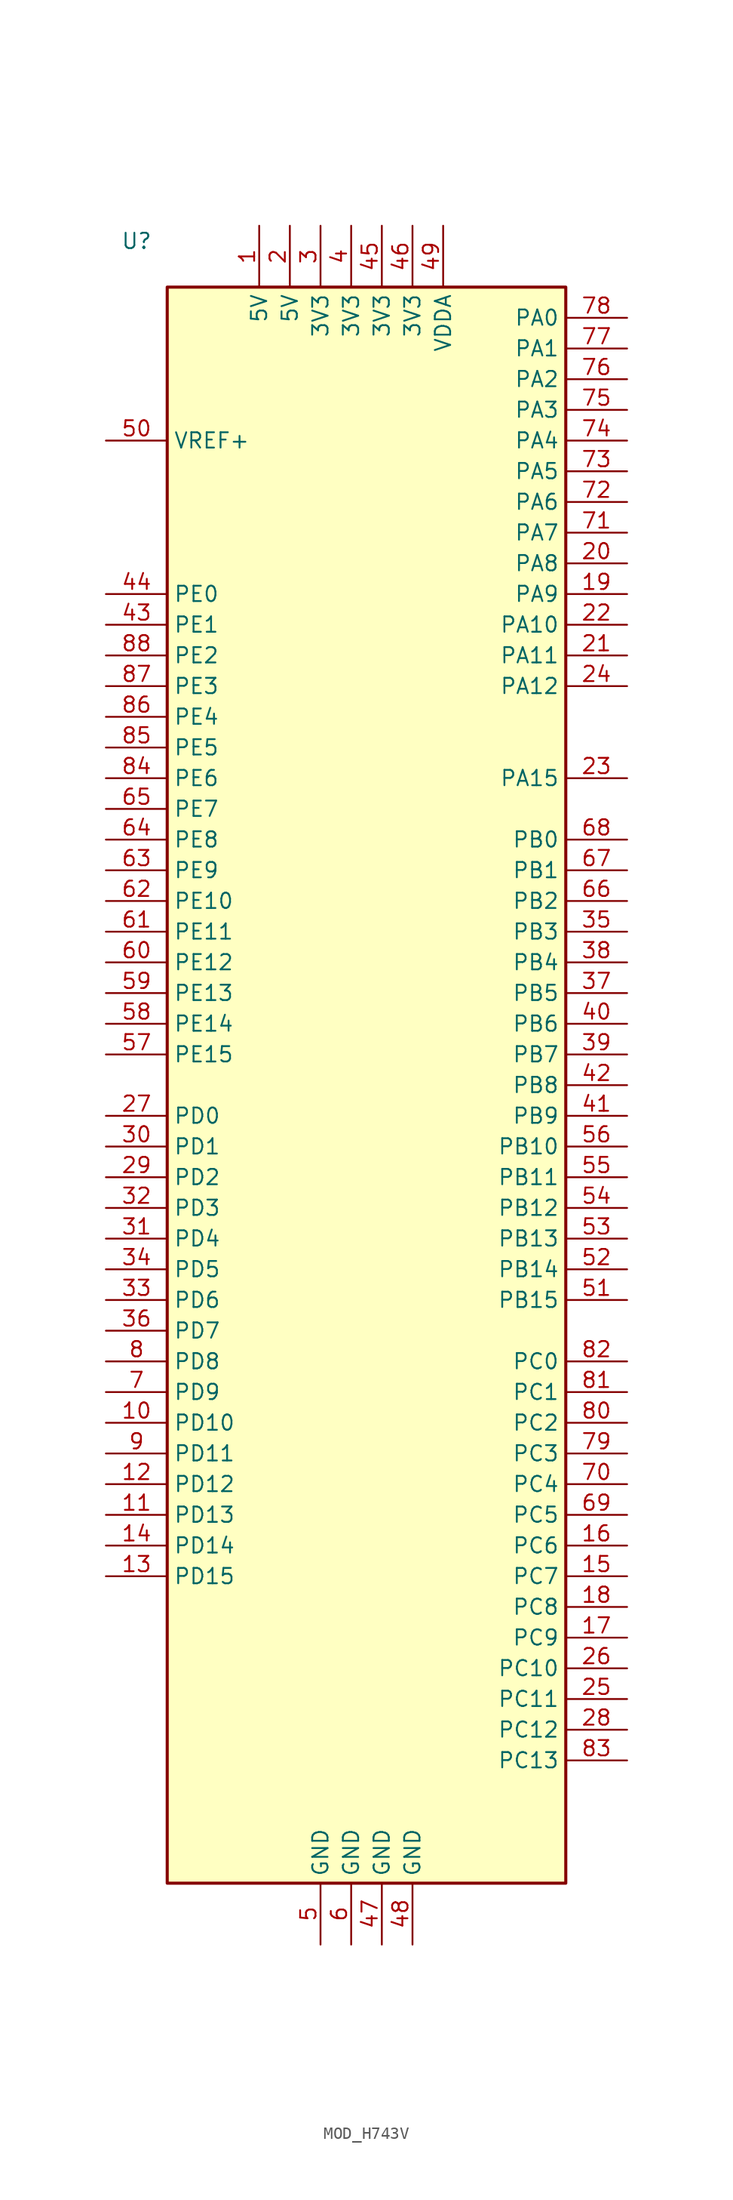
<source format=kicad_sym>
(kicad_symbol_lib
  (version 20220914)
  (generator kicad_symbol_editor)
  (symbol "MOD_H743V"
    (property "Reference" "U"
      (at -5.08 0 0)
      (effects (font (size 1.27 1.27))))
    (property "Value" ""
      (at 2.54 0 0)
      (effects (font (size 1.27 1.27))))
    (symbol "MOD_H743V_0_1"
      (rectangle (start -2.54 -3.81) (end 30.48 -135.89) (stroke (width 0.254) (type default)) (fill (type background))))
    (symbol "MOD_H743V_1_1"
      (pin power_out line (at 5.08 1.27 270) (length 5.08) (name "5V" (effects (font (size 1.27 1.27)))) (number "1" (effects (font (size 1.27 1.27)))))
      (pin bidirectional line (at -7.62 -97.79 0) (length 5.08) (name "PD10" (effects (font (size 1.27 1.27)))) (number "10" (effects (font (size 1.27 1.27)))) (alternate "DFSDM1_CKOUT" bidirectional line) (alternate "FMC_D15" bidirectional line) (alternate "FMC_DA15" bidirectional line) (alternate "LTDC_B3" bidirectional line) (alternate "SAI3_FS_B" bidirectional line) (alternate "USART3_CK" bidirectional line))
      (pin bidirectional line (at -7.62 -105.41 0) (length 5.08) (name "PD13" (effects (font (size 1.27 1.27)))) (number "11" (effects (font (size 1.27 1.27)))) (alternate "FMC_A18" bidirectional line) (alternate "I2C4_SDA" bidirectional line) (alternate "LPTIM1_OUT" bidirectional line) (alternate "QUADSPI_BK1_IO3" bidirectional line) (alternate "SAI2_SCK_A" bidirectional line) (alternate "TIM4_CH2" bidirectional line))
      (pin bidirectional line (at -7.62 -102.87 0) (length 5.08) (name "PD12" (effects (font (size 1.27 1.27)))) (number "12" (effects (font (size 1.27 1.27)))) (alternate "FMC_A17" bidirectional line) (alternate "FMC_ALE" bidirectional line) (alternate "I2C4_SCL" bidirectional line) (alternate "LPTIM1_IN1" bidirectional line) (alternate "LPTIM2_IN1" bidirectional line) (alternate "QUADSPI_BK1_IO1" bidirectional line) (alternate "SAI2_FS_A" bidirectional line) (alternate "TIM4_CH1" bidirectional line) (alternate "USART3_DE" bidirectional line) (alternate "USART3_RTS" bidirectional line))
      (pin bidirectional line (at -7.62 -110.49 0) (length 5.08) (name "PD15" (effects (font (size 1.27 1.27)))) (number "13" (effects (font (size 1.27 1.27)))) (alternate "ADC1_EXTI15" bidirectional line) (alternate "ADC2_EXTI15" bidirectional line) (alternate "ADC3_EXTI15" bidirectional line) (alternate "FMC_D1" bidirectional line) (alternate "FMC_DA1" bidirectional line) (alternate "SAI3_MCLK_A" bidirectional line) (alternate "TIM4_CH4" bidirectional line) (alternate "UART8_DE" bidirectional line) (alternate "UART8_RTS" bidirectional line))
      (pin bidirectional line (at -7.62 -107.95 0) (length 5.08) (name "PD14" (effects (font (size 1.27 1.27)))) (number "14" (effects (font (size 1.27 1.27)))) (alternate "FMC_D0" bidirectional line) (alternate "FMC_DA0" bidirectional line) (alternate "SAI3_MCLK_B" bidirectional line) (alternate "TIM4_CH3" bidirectional line) (alternate "UART8_CTS" bidirectional line))
      (pin bidirectional line (at 35.56 -110.49 180) (length 5.08) (name "PC7" (effects (font (size 1.27 1.27)))) (number "15" (effects (font (size 1.27 1.27)))) (alternate "DCMI_D1" bidirectional line) (alternate "DEBUG_TRGIO" bidirectional line) (alternate "DFSDM1_DATIN3" bidirectional line) (alternate "FMC_NE1" bidirectional line) (alternate "HRTIM_CHA2" bidirectional line) (alternate "I2S3_MCK" bidirectional line) (alternate "LTDC_G6" bidirectional line) (alternate "SDMMC1_D123DIR" bidirectional line) (alternate "SDMMC1_D7" bidirectional line) (alternate "SDMMC2_D7" bidirectional line) (alternate "SWPMI1_TX" bidirectional line) (alternate "TIM3_CH2" bidirectional line) (alternate "TIM8_CH2" bidirectional line) (alternate "USART6_RX" bidirectional line))
      (pin bidirectional line (at 35.56 -107.95 180) (length 5.08) (name "PC6" (effects (font (size 1.27 1.27)))) (number "16" (effects (font (size 1.27 1.27)))) (alternate "DCMI_D0" bidirectional line) (alternate "DFSDM1_CKIN3" bidirectional line) (alternate "FMC_NWAIT" bidirectional line) (alternate "HRTIM_CHA1" bidirectional line) (alternate "I2S2_MCK" bidirectional line) (alternate "LTDC_HSYNC" bidirectional line) (alternate "SDMMC1_D0DIR" bidirectional line) (alternate "SDMMC1_D6" bidirectional line) (alternate "SDMMC2_D6" bidirectional line) (alternate "SWPMI1_IO" bidirectional line) (alternate "TIM3_CH1" bidirectional line) (alternate "TIM8_CH1" bidirectional line) (alternate "USART6_TX" bidirectional line))
      (pin bidirectional line (at 35.56 -115.57 180) (length 5.08) (name "PC9" (effects (font (size 1.27 1.27)))) (number "17" (effects (font (size 1.27 1.27)))) (alternate "DAC1_EXTI9" bidirectional line) (alternate "DCMI_D3" bidirectional line) (alternate "I2C3_SDA" bidirectional line) (alternate "I2S_CKIN" bidirectional line) (alternate "LTDC_B2" bidirectional line) (alternate "LTDC_G3" bidirectional line) (alternate "QUADSPI_BK1_IO0" bidirectional line) (alternate "RCC_MCO_2" bidirectional line) (alternate "SDMMC1_D1" bidirectional line) (alternate "SWPMI1_SUSPEND" bidirectional line) (alternate "TIM3_CH4" bidirectional line) (alternate "TIM8_CH4" bidirectional line) (alternate "UART5_CTS" bidirectional line))
      (pin bidirectional line (at 35.56 -113.03 180) (length 5.08) (name "PC8" (effects (font (size 1.27 1.27)))) (number "18" (effects (font (size 1.27 1.27)))) (alternate "DCMI_D2" bidirectional line) (alternate "DEBUG_TRACED1" bidirectional line) (alternate "FMC_NCE" bidirectional line) (alternate "FMC_NE2" bidirectional line) (alternate "HRTIM_CHB1" bidirectional line) (alternate "SDMMC1_D0" bidirectional line) (alternate "SWPMI1_RX" bidirectional line) (alternate "TIM3_CH3" bidirectional line) (alternate "TIM8_CH3" bidirectional line) (alternate "UART5_DE" bidirectional line) (alternate "UART5_RTS" bidirectional line) (alternate "USART6_CK" bidirectional line))
      (pin bidirectional line (at 35.56 -29.21 180) (length 5.08) (name "PA9" (effects (font (size 1.27 1.27)))) (number "19" (effects (font (size 1.27 1.27)))) (alternate "DAC1_EXTI9" bidirectional line) (alternate "DCMI_D0" bidirectional line) (alternate "HRTIM_CHC1" bidirectional line) (alternate "I2C3_SMBA" bidirectional line) (alternate "I2S2_CK" bidirectional line) (alternate "LPUART1_TX" bidirectional line) (alternate "LTDC_R5" bidirectional line) (alternate "SPI2_SCK" bidirectional line) (alternate "TIM1_CH2" bidirectional line) (alternate "USART1_TX" bidirectional line) (alternate "USB_OTG_FS_VBUS" bidirectional line))
      (pin power_in line (at 7.62 1.27 270) (length 5.08) (name "5V" (effects (font (size 1.27 1.27)))) (number "2" (effects (font (size 1.27 1.27)))))
      (pin bidirectional line (at 35.56 -26.67 180) (length 5.08) (name "PA8" (effects (font (size 1.27 1.27)))) (number "20" (effects (font (size 1.27 1.27)))) (alternate "HRTIM_CHB2" bidirectional line) (alternate "I2C3_SCL" bidirectional line) (alternate "LTDC_B3" bidirectional line) (alternate "LTDC_R6" bidirectional line) (alternate "RCC_MCO_1" bidirectional line) (alternate "TIM1_CH1" bidirectional line) (alternate "TIM8_BKIN2" bidirectional line) (alternate "TIM8_BKIN2_COMP1" bidirectional line) (alternate "TIM8_BKIN2_COMP2" bidirectional line) (alternate "UART7_RX" bidirectional line) (alternate "USART1_CK" bidirectional line) (alternate "USB_OTG_FS_SOF" bidirectional line))
      (pin bidirectional line (at 35.56 -34.29 180) (length 5.08) (name "PA11" (effects (font (size 1.27 1.27)))) (number "21" (effects (font (size 1.27 1.27)))) (alternate "ADC1_EXTI11" bidirectional line) (alternate "ADC2_EXTI11" bidirectional line) (alternate "ADC3_EXTI11" bidirectional line) (alternate "FDCAN1_RX" bidirectional line) (alternate "HRTIM_CHD1" bidirectional line) (alternate "I2S2_WS" bidirectional line) (alternate "LPUART1_CTS" bidirectional line) (alternate "LTDC_R4" bidirectional line) (alternate "SPI2_NSS" bidirectional line) (alternate "TIM1_CH4" bidirectional line) (alternate "UART4_RX" bidirectional line) (alternate "USART1_CTS" bidirectional line) (alternate "USART1_NSS" bidirectional line) (alternate "USB_OTG_FS_DM" bidirectional line))
      (pin bidirectional line (at 35.56 -31.75 180) (length 5.08) (name "PA10" (effects (font (size 1.27 1.27)))) (number "22" (effects (font (size 1.27 1.27)))) (alternate "DCMI_D1" bidirectional line) (alternate "HRTIM_CHC2" bidirectional line) (alternate "LPUART1_RX" bidirectional line) (alternate "LTDC_B1" bidirectional line) (alternate "LTDC_B4" bidirectional line) (alternate "MDIOS_MDIO" bidirectional line) (alternate "TIM1_CH3" bidirectional line) (alternate "USART1_RX" bidirectional line) (alternate "USB_OTG_FS_ID" bidirectional line))
      (pin bidirectional line (at 35.56 -44.45 180) (length 5.08) (name "PA15" (effects (font (size 1.27 1.27)))) (number "23" (effects (font (size 1.27 1.27)))) (alternate "ADC1_EXTI15" bidirectional line) (alternate "ADC2_EXTI15" bidirectional line) (alternate "ADC3_EXTI15" bidirectional line) (alternate "CEC" bidirectional line) (alternate "DEBUG_JTDI" bidirectional line) (alternate "HRTIM_FLT1" bidirectional line) (alternate "I2S1_WS" bidirectional line) (alternate "I2S3_WS" bidirectional line) (alternate "SPI1_NSS" bidirectional line) (alternate "SPI3_NSS" bidirectional line) (alternate "SPI6_NSS" bidirectional line) (alternate "TIM2_CH1" bidirectional line) (alternate "TIM2_ETR" bidirectional line) (alternate "UART4_DE" bidirectional line) (alternate "UART4_RTS" bidirectional line) (alternate "UART7_TX" bidirectional line))
      (pin bidirectional line (at 35.56 -36.83 180) (length 5.08) (name "PA12" (effects (font (size 1.27 1.27)))) (number "24" (effects (font (size 1.27 1.27)))) (alternate "FDCAN1_TX" bidirectional line) (alternate "HRTIM_CHD2" bidirectional line) (alternate "I2S2_CK" bidirectional line) (alternate "LPUART1_DE" bidirectional line) (alternate "LPUART1_RTS" bidirectional line) (alternate "LTDC_R5" bidirectional line) (alternate "SAI2_FS_B" bidirectional line) (alternate "SPI2_SCK" bidirectional line) (alternate "TIM1_ETR" bidirectional line) (alternate "UART4_TX" bidirectional line) (alternate "USART1_DE" bidirectional line) (alternate "USART1_RTS" bidirectional line) (alternate "USB_OTG_FS_DP" bidirectional line))
      (pin bidirectional line (at 35.56 -120.65 180) (length 5.08) (name "PC11" (effects (font (size 1.27 1.27)))) (number "25" (effects (font (size 1.27 1.27)))) (alternate "ADC1_EXTI11" bidirectional line) (alternate "ADC2_EXTI11" bidirectional line) (alternate "ADC3_EXTI11" bidirectional line) (alternate "DCMI_D4" bidirectional line) (alternate "DFSDM1_DATIN5" bidirectional line) (alternate "HRTIM_FLT2" bidirectional line) (alternate "I2S3_SDI" bidirectional line) (alternate "QUADSPI_BK2_NCS" bidirectional line) (alternate "SDMMC1_D3" bidirectional line) (alternate "SPI3_MISO" bidirectional line) (alternate "UART4_RX" bidirectional line) (alternate "USART3_RX" bidirectional line))
      (pin bidirectional line (at 35.56 -118.11 180) (length 5.08) (name "PC10" (effects (font (size 1.27 1.27)))) (number "26" (effects (font (size 1.27 1.27)))) (alternate "DCMI_D8" bidirectional line) (alternate "DFSDM1_CKIN5" bidirectional line) (alternate "HRTIM_EEV1" bidirectional line) (alternate "I2S3_CK" bidirectional line) (alternate "LTDC_R2" bidirectional line) (alternate "QUADSPI_BK1_IO1" bidirectional line) (alternate "SDMMC1_D2" bidirectional line) (alternate "SPI3_SCK" bidirectional line) (alternate "UART4_TX" bidirectional line) (alternate "USART3_TX" bidirectional line))
      (pin bidirectional line (at -7.62 -72.39 0) (length 5.08) (name "PD0" (effects (font (size 1.27 1.27)))) (number "27" (effects (font (size 1.27 1.27)))) (alternate "DFSDM1_CKIN6" bidirectional line) (alternate "FDCAN1_RX" bidirectional line) (alternate "FMC_D2" bidirectional line) (alternate "FMC_DA2" bidirectional line) (alternate "SAI3_SCK_A" bidirectional line) (alternate "UART4_RX" bidirectional line))
      (pin bidirectional line (at 35.56 -123.19 180) (length 5.08) (name "PC12" (effects (font (size 1.27 1.27)))) (number "28" (effects (font (size 1.27 1.27)))) (alternate "DCMI_D9" bidirectional line) (alternate "DEBUG_TRACED3" bidirectional line) (alternate "HRTIM_EEV2" bidirectional line) (alternate "I2S3_SDO" bidirectional line) (alternate "SDMMC1_CK" bidirectional line) (alternate "SPI3_MOSI" bidirectional line) (alternate "UART5_TX" bidirectional line) (alternate "USART3_CK" bidirectional line))
      (pin bidirectional line (at -7.62 -77.47 0) (length 5.08) (name "PD2" (effects (font (size 1.27 1.27)))) (number "29" (effects (font (size 1.27 1.27)))) (alternate "DCMI_D11" bidirectional line) (alternate "DEBUG_TRACED2" bidirectional line) (alternate "SDMMC1_CMD" bidirectional line) (alternate "TIM3_ETR" bidirectional line) (alternate "UART5_RX" bidirectional line))
      (pin power_out line (at 10.16 1.27 270) (length 5.08) (name "3V3" (effects (font (size 1.27 1.27)))) (number "3" (effects (font (size 1.27 1.27)))))
      (pin bidirectional line (at -7.62 -74.93 0) (length 5.08) (name "PD1" (effects (font (size 1.27 1.27)))) (number "30" (effects (font (size 1.27 1.27)))) (alternate "DFSDM1_DATIN6" bidirectional line) (alternate "FDCAN1_TX" bidirectional line) (alternate "FMC_D3" bidirectional line) (alternate "FMC_DA3" bidirectional line) (alternate "SAI3_SD_A" bidirectional line) (alternate "UART4_TX" bidirectional line))
      (pin bidirectional line (at -7.62 -82.55 0) (length 5.08) (name "PD4" (effects (font (size 1.27 1.27)))) (number "31" (effects (font (size 1.27 1.27)))) (alternate "FMC_NOE" bidirectional line) (alternate "HRTIM_FLT3" bidirectional line) (alternate "SAI3_FS_A" bidirectional line) (alternate "USART2_DE" bidirectional line) (alternate "USART2_RTS" bidirectional line))
      (pin bidirectional line (at -7.62 -80.01 0) (length 5.08) (name "PD3" (effects (font (size 1.27 1.27)))) (number "32" (effects (font (size 1.27 1.27)))) (alternate "DCMI_D5" bidirectional line) (alternate "DFSDM1_CKOUT" bidirectional line) (alternate "FMC_CLK" bidirectional line) (alternate "I2S2_CK" bidirectional line) (alternate "LTDC_G7" bidirectional line) (alternate "SPI2_SCK" bidirectional line) (alternate "USART2_CTS" bidirectional line) (alternate "USART2_NSS" bidirectional line))
      (pin bidirectional line (at -7.62 -87.63 0) (length 5.08) (name "PD6" (effects (font (size 1.27 1.27)))) (number "33" (effects (font (size 1.27 1.27)))) (alternate "DCMI_D10" bidirectional line) (alternate "DFSDM1_CKIN4" bidirectional line) (alternate "DFSDM1_DATIN1" bidirectional line) (alternate "FMC_NWAIT" bidirectional line) (alternate "I2S3_SDO" bidirectional line) (alternate "LTDC_B2" bidirectional line) (alternate "SAI1_D1" bidirectional line) (alternate "SAI1_SD_A" bidirectional line) (alternate "SAI4_D1" bidirectional line) (alternate "SAI4_SD_A" bidirectional line) (alternate "SDMMC2_CK" bidirectional line) (alternate "SPI3_MOSI" bidirectional line) (alternate "USART2_RX" bidirectional line))
      (pin bidirectional line (at -7.62 -85.09 0) (length 5.08) (name "PD5" (effects (font (size 1.27 1.27)))) (number "34" (effects (font (size 1.27 1.27)))) (alternate "FMC_NWE" bidirectional line) (alternate "HRTIM_EEV3" bidirectional line) (alternate "USART2_TX" bidirectional line))
      (pin bidirectional line (at 35.56 -57.15 180) (length 5.08) (name "PB3" (effects (font (size 1.27 1.27)))) (number "35" (effects (font (size 1.27 1.27)))) (alternate "CRS_SYNC" bidirectional line) (alternate "DEBUG_JTDO-SWO" bidirectional line) (alternate "HRTIM_FLT4" bidirectional line) (alternate "I2S1_CK" bidirectional line) (alternate "I2S3_CK" bidirectional line) (alternate "SDMMC2_D2" bidirectional line) (alternate "SPI1_SCK" bidirectional line) (alternate "SPI3_SCK" bidirectional line) (alternate "SPI6_SCK" bidirectional line) (alternate "TIM2_CH2" bidirectional line) (alternate "UART7_RX" bidirectional line))
      (pin bidirectional line (at -7.62 -90.17 0) (length 5.08) (name "PD7" (effects (font (size 1.27 1.27)))) (number "36" (effects (font (size 1.27 1.27)))) (alternate "DFSDM1_CKIN1" bidirectional line) (alternate "DFSDM1_DATIN4" bidirectional line) (alternate "FMC_NE1" bidirectional line) (alternate "I2S1_SDO" bidirectional line) (alternate "SDMMC2_CMD" bidirectional line) (alternate "SPDIFRX1_IN0" bidirectional line) (alternate "SPI1_MOSI" bidirectional line) (alternate "USART2_CK" bidirectional line))
      (pin bidirectional line (at 35.56 -62.23 180) (length 5.08) (name "PB5" (effects (font (size 1.27 1.27)))) (number "37" (effects (font (size 1.27 1.27)))) (alternate "DCMI_D10" bidirectional line) (alternate "ETH_PPS_OUT" bidirectional line) (alternate "FDCAN2_RX" bidirectional line) (alternate "FMC_SDCKE1" bidirectional line) (alternate "HRTIM_EEV7" bidirectional line) (alternate "I2C1_SMBA" bidirectional line) (alternate "I2C4_SMBA" bidirectional line) (alternate "I2S1_SDO" bidirectional line) (alternate "I2S3_SDO" bidirectional line) (alternate "SPI1_MOSI" bidirectional line) (alternate "SPI3_MOSI" bidirectional line) (alternate "SPI6_MOSI" bidirectional line) (alternate "TIM17_BKIN" bidirectional line) (alternate "TIM3_CH2" bidirectional line) (alternate "UART5_RX" bidirectional line) (alternate "USB_OTG_HS_ULPI_D7" bidirectional line))
      (pin bidirectional line (at 35.56 -59.69 180) (length 5.08) (name "PB4" (effects (font (size 1.27 1.27)))) (number "38" (effects (font (size 1.27 1.27)))) (alternate "DEBUG_JTRST" bidirectional line) (alternate "HRTIM_EEV6" bidirectional line) (alternate "I2S1_SDI" bidirectional line) (alternate "I2S2_WS" bidirectional line) (alternate "I2S3_SDI" bidirectional line) (alternate "SDMMC2_D3" bidirectional line) (alternate "SPI1_MISO" bidirectional line) (alternate "SPI2_NSS" bidirectional line) (alternate "SPI3_MISO" bidirectional line) (alternate "SPI6_MISO" bidirectional line) (alternate "TIM16_BKIN" bidirectional line) (alternate "TIM3_CH1" bidirectional line) (alternate "UART7_TX" bidirectional line))
      (pin bidirectional line (at 35.56 -67.31 180) (length 5.08) (name "PB7" (effects (font (size 1.27 1.27)))) (number "39" (effects (font (size 1.27 1.27)))) (alternate "DCMI_VSYNC" bidirectional line) (alternate "DFSDM1_CKIN5" bidirectional line) (alternate "FMC_NL" bidirectional line) (alternate "HRTIM_EEV9" bidirectional line) (alternate "I2C1_SDA" bidirectional line) (alternate "I2C4_SDA" bidirectional line) (alternate "LPUART1_RX" bidirectional line) (alternate "PWR_PVD_IN" bidirectional line) (alternate "TIM17_CH1N" bidirectional line) (alternate "TIM4_CH2" bidirectional line) (alternate "USART1_RX" bidirectional line))
      (pin power_in line (at 12.7 1.27 270) (length 5.08) (name "3V3" (effects (font (size 1.27 1.27)))) (number "4" (effects (font (size 1.27 1.27)))))
      (pin bidirectional line (at 35.56 -64.77 180) (length 5.08) (name "PB6" (effects (font (size 1.27 1.27)))) (number "40" (effects (font (size 1.27 1.27)))) (alternate "CEC" bidirectional line) (alternate "DCMI_D5" bidirectional line) (alternate "DFSDM1_DATIN5" bidirectional line) (alternate "FDCAN2_TX" bidirectional line) (alternate "FMC_SDNE1" bidirectional line) (alternate "HRTIM_EEV8" bidirectional line) (alternate "I2C1_SCL" bidirectional line) (alternate "I2C4_SCL" bidirectional line) (alternate "LPUART1_TX" bidirectional line) (alternate "QUADSPI_BK1_NCS" bidirectional line) (alternate "TIM16_CH1N" bidirectional line) (alternate "TIM4_CH1" bidirectional line) (alternate "UART5_TX" bidirectional line) (alternate "USART1_TX" bidirectional line))
      (pin bidirectional line (at 35.56 -72.39 180) (length 5.08) (name "PB9" (effects (font (size 1.27 1.27)))) (number "41" (effects (font (size 1.27 1.27)))) (alternate "DAC1_EXTI9" bidirectional line) (alternate "DCMI_D7" bidirectional line) (alternate "DFSDM1_DATIN7" bidirectional line) (alternate "FDCAN1_TX" bidirectional line) (alternate "I2C1_SDA" bidirectional line) (alternate "I2C4_SDA" bidirectional line) (alternate "I2C4_SMBA" bidirectional line) (alternate "I2S2_WS" bidirectional line) (alternate "LTDC_B7" bidirectional line) (alternate "SDMMC1_CDIR" bidirectional line) (alternate "SDMMC1_D5" bidirectional line) (alternate "SDMMC2_D5" bidirectional line) (alternate "SPI2_NSS" bidirectional line) (alternate "TIM17_CH1" bidirectional line) (alternate "TIM4_CH4" bidirectional line) (alternate "UART4_TX" bidirectional line))
      (pin bidirectional line (at 35.56 -69.85 180) (length 5.08) (name "PB8" (effects (font (size 1.27 1.27)))) (number "42" (effects (font (size 1.27 1.27)))) (alternate "DCMI_D6" bidirectional line) (alternate "DFSDM1_CKIN7" bidirectional line) (alternate "ETH_TXD3" bidirectional line) (alternate "FDCAN1_RX" bidirectional line) (alternate "I2C1_SCL" bidirectional line) (alternate "I2C4_SCL" bidirectional line) (alternate "LTDC_B6" bidirectional line) (alternate "SDMMC1_CKIN" bidirectional line) (alternate "SDMMC1_D4" bidirectional line) (alternate "SDMMC2_D4" bidirectional line) (alternate "TIM16_CH1" bidirectional line) (alternate "TIM4_CH3" bidirectional line) (alternate "UART4_RX" bidirectional line))
      (pin bidirectional line (at -7.62 -31.75 0) (length 5.08) (name "PE1" (effects (font (size 1.27 1.27)))) (number "43" (effects (font (size 1.27 1.27)))) (alternate "DCMI_D3" bidirectional line) (alternate "FMC_NBL1" bidirectional line) (alternate "HRTIM_SCOUT" bidirectional line) (alternate "LPTIM1_IN2" bidirectional line) (alternate "UART8_TX" bidirectional line))
      (pin bidirectional line (at -7.62 -29.21 0) (length 5.08) (name "PE0" (effects (font (size 1.27 1.27)))) (number "44" (effects (font (size 1.27 1.27)))) (alternate "DCMI_D2" bidirectional line) (alternate "FMC_NBL0" bidirectional line) (alternate "HRTIM_SCIN" bidirectional line) (alternate "LPTIM1_ETR" bidirectional line) (alternate "LPTIM2_ETR" bidirectional line) (alternate "SAI2_MCLK_A" bidirectional line) (alternate "TIM4_ETR" bidirectional line) (alternate "UART8_RX" bidirectional line))
      (pin power_in line (at 15.24 1.27 270) (length 5.08) (name "3V3" (effects (font (size 1.27 1.27)))) (number "45" (effects (font (size 1.27 1.27)))))
      (pin power_in line (at 17.78 1.27 270) (length 5.08) (name "3V3" (effects (font (size 1.27 1.27)))) (number "46" (effects (font (size 1.27 1.27)))))
      (pin power_in line (at 15.24 -140.97 90) (length 5.08) (name "GND" (effects (font (size 1.27 1.27)))) (number "47" (effects (font (size 1.27 1.27)))))
      (pin power_in line (at 17.78 -140.97 90) (length 5.08) (name "GND" (effects (font (size 1.27 1.27)))) (number "48" (effects (font (size 1.27 1.27)))))
      (pin power_out line (at 20.32 1.27 270) (length 5.08) (name "VDDA" (effects (font (size 1.27 1.27)))) (number "49" (effects (font (size 1.27 1.27)))))
      (pin power_out line (at 10.16 -140.97 90) (length 5.08) (name "GND" (effects (font (size 1.27 1.27)))) (number "5" (effects (font (size 1.27 1.27)))))
      (pin power_out line (at -7.62 -16.51 0) (length 5.08) (name "VREF+" (effects (font (size 1.27 1.27)))) (number "50" (effects (font (size 1.27 1.27)))) (alternate "VREFBUF_OUT" bidirectional line))
      (pin bidirectional line (at 35.56 -87.63 180) (length 5.08) (name "PB15" (effects (font (size 1.27 1.27)))) (number "51" (effects (font (size 1.27 1.27)))) (alternate "ADC1_EXTI15" bidirectional line) (alternate "ADC2_EXTI15" bidirectional line) (alternate "ADC3_EXTI15" bidirectional line) (alternate "DFSDM1_CKIN2" bidirectional line) (alternate "I2S2_SDO" bidirectional line) (alternate "RTC_REFIN" bidirectional line) (alternate "SDMMC2_D1" bidirectional line) (alternate "SPI2_MOSI" bidirectional line) (alternate "TIM12_CH2" bidirectional line) (alternate "TIM1_CH3N" bidirectional line) (alternate "TIM8_CH3N" bidirectional line) (alternate "UART4_CTS" bidirectional line) (alternate "USART1_RX" bidirectional line) (alternate "USB_OTG_HS_DP" bidirectional line))
      (pin bidirectional line (at 35.56 -85.09 180) (length 5.08) (name "PB14" (effects (font (size 1.27 1.27)))) (number "52" (effects (font (size 1.27 1.27)))) (alternate "DFSDM1_DATIN2" bidirectional line) (alternate "I2S2_SDI" bidirectional line) (alternate "SDMMC2_D0" bidirectional line) (alternate "SPI2_MISO" bidirectional line) (alternate "TIM12_CH1" bidirectional line) (alternate "TIM1_CH2N" bidirectional line) (alternate "TIM8_CH2N" bidirectional line) (alternate "UART4_DE" bidirectional line) (alternate "UART4_RTS" bidirectional line) (alternate "USART1_TX" bidirectional line) (alternate "USART3_DE" bidirectional line) (alternate "USART3_RTS" bidirectional line) (alternate "USB_OTG_HS_DM" bidirectional line))
      (pin bidirectional line (at 35.56 -82.55 180) (length 5.08) (name "PB13" (effects (font (size 1.27 1.27)))) (number "53" (effects (font (size 1.27 1.27)))) (alternate "DFSDM1_CKIN1" bidirectional line) (alternate "ETH_TXD1" bidirectional line) (alternate "FDCAN2_TX" bidirectional line) (alternate "I2S2_CK" bidirectional line) (alternate "LPTIM2_OUT" bidirectional line) (alternate "SPI2_SCK" bidirectional line) (alternate "TIM1_CH1N" bidirectional line) (alternate "UART5_TX" bidirectional line) (alternate "USART3_CTS" bidirectional line) (alternate "USART3_NSS" bidirectional line) (alternate "USB_OTG_HS_ULPI_D6" bidirectional line) (alternate "USB_OTG_HS_VBUS" bidirectional line))
      (pin bidirectional line (at 35.56 -80.01 180) (length 5.08) (name "PB12" (effects (font (size 1.27 1.27)))) (number "54" (effects (font (size 1.27 1.27)))) (alternate "DFSDM1_DATIN1" bidirectional line) (alternate "ETH_TXD0" bidirectional line) (alternate "FDCAN2_RX" bidirectional line) (alternate "I2C2_SMBA" bidirectional line) (alternate "I2S2_WS" bidirectional line) (alternate "SPI2_NSS" bidirectional line) (alternate "TIM1_BKIN" bidirectional line) (alternate "TIM1_BKIN_COMP1" bidirectional line) (alternate "TIM1_BKIN_COMP2" bidirectional line) (alternate "UART5_RX" bidirectional line) (alternate "USART3_CK" bidirectional line) (alternate "USB_OTG_HS_ID" bidirectional line) (alternate "USB_OTG_HS_ULPI_D5" bidirectional line))
      (pin bidirectional line (at 35.56 -77.47 180) (length 5.08) (name "PB11" (effects (font (size 1.27 1.27)))) (number "55" (effects (font (size 1.27 1.27)))) (alternate "ADC1_EXTI11" bidirectional line) (alternate "ADC2_EXTI11" bidirectional line) (alternate "ADC3_EXTI11" bidirectional line) (alternate "DFSDM1_CKIN7" bidirectional line) (alternate "ETH_TX_EN" bidirectional line) (alternate "HRTIM_SCIN" bidirectional line) (alternate "I2C2_SDA" bidirectional line) (alternate "LPTIM2_ETR" bidirectional line) (alternate "LTDC_G5" bidirectional line) (alternate "TIM2_CH4" bidirectional line) (alternate "USART3_RX" bidirectional line) (alternate "USB_OTG_HS_ULPI_D4" bidirectional line))
      (pin bidirectional line (at 35.56 -74.93 180) (length 5.08) (name "PB10" (effects (font (size 1.27 1.27)))) (number "56" (effects (font (size 1.27 1.27)))) (alternate "DFSDM1_DATIN7" bidirectional line) (alternate "ETH_RX_ER" bidirectional line) (alternate "HRTIM_SCOUT" bidirectional line) (alternate "I2C2_SCL" bidirectional line) (alternate "I2S2_CK" bidirectional line) (alternate "LPTIM2_IN1" bidirectional line) (alternate "LTDC_G4" bidirectional line) (alternate "QUADSPI_BK1_NCS" bidirectional line) (alternate "SPI2_SCK" bidirectional line) (alternate "TIM2_CH3" bidirectional line) (alternate "USART3_TX" bidirectional line) (alternate "USB_OTG_HS_ULPI_D3" bidirectional line))
      (pin bidirectional line (at -7.62 -67.31 0) (length 5.08) (name "PE15" (effects (font (size 1.27 1.27)))) (number "57" (effects (font (size 1.27 1.27)))) (alternate "ADC1_EXTI15" bidirectional line) (alternate "ADC2_EXTI15" bidirectional line) (alternate "ADC3_EXTI15" bidirectional line) (alternate "FMC_D12" bidirectional line) (alternate "FMC_DA12" bidirectional line) (alternate "LTDC_R7" bidirectional line) (alternate "TIM1_BKIN" bidirectional line) (alternate "TIM1_BKIN_COMP1" bidirectional line) (alternate "TIM1_BKIN_COMP2" bidirectional line))
      (pin bidirectional line (at -7.62 -64.77 0) (length 5.08) (name "PE14" (effects (font (size 1.27 1.27)))) (number "58" (effects (font (size 1.27 1.27)))) (alternate "FMC_D11" bidirectional line) (alternate "FMC_DA11" bidirectional line) (alternate "LTDC_CLK" bidirectional line) (alternate "SAI2_MCLK_B" bidirectional line) (alternate "SPI4_MOSI" bidirectional line) (alternate "TIM1_CH4" bidirectional line))
      (pin bidirectional line (at -7.62 -62.23 0) (length 5.08) (name "PE13" (effects (font (size 1.27 1.27)))) (number "59" (effects (font (size 1.27 1.27)))) (alternate "COMP2_OUT" bidirectional line) (alternate "DFSDM1_CKIN5" bidirectional line) (alternate "FMC_D10" bidirectional line) (alternate "FMC_DA10" bidirectional line) (alternate "LTDC_DE" bidirectional line) (alternate "SAI2_FS_B" bidirectional line) (alternate "SPI4_MISO" bidirectional line) (alternate "TIM1_CH3" bidirectional line))
      (pin power_in line (at 12.7 -140.97 90) (length 5.08) (name "GND" (effects (font (size 1.27 1.27)))) (number "6" (effects (font (size 1.27 1.27)))))
      (pin bidirectional line (at -7.62 -59.69 0) (length 5.08) (name "PE12" (effects (font (size 1.27 1.27)))) (number "60" (effects (font (size 1.27 1.27)))) (alternate "COMP1_OUT" bidirectional line) (alternate "DFSDM1_DATIN5" bidirectional line) (alternate "FMC_D9" bidirectional line) (alternate "FMC_DA9" bidirectional line) (alternate "LTDC_B4" bidirectional line) (alternate "SAI2_SCK_B" bidirectional line) (alternate "SPI4_SCK" bidirectional line) (alternate "TIM1_CH3N" bidirectional line))
      (pin bidirectional line (at -7.62 -57.15 0) (length 5.08) (name "PE11" (effects (font (size 1.27 1.27)))) (number "61" (effects (font (size 1.27 1.27)))) (alternate "ADC1_EXTI11" bidirectional line) (alternate "ADC2_EXTI11" bidirectional line) (alternate "ADC3_EXTI11" bidirectional line) (alternate "COMP2_INP" bidirectional line) (alternate "DFSDM1_CKIN4" bidirectional line) (alternate "FMC_D8" bidirectional line) (alternate "FMC_DA8" bidirectional line) (alternate "LTDC_G3" bidirectional line) (alternate "SAI2_SD_B" bidirectional line) (alternate "SPI4_NSS" bidirectional line) (alternate "TIM1_CH2" bidirectional line))
      (pin bidirectional line (at -7.62 -54.61 0) (length 5.08) (name "PE10" (effects (font (size 1.27 1.27)))) (number "62" (effects (font (size 1.27 1.27)))) (alternate "COMP2_INM" bidirectional line) (alternate "DFSDM1_DATIN4" bidirectional line) (alternate "FMC_D7" bidirectional line) (alternate "FMC_DA7" bidirectional line) (alternate "QUADSPI_BK2_IO3" bidirectional line) (alternate "TIM1_CH2N" bidirectional line) (alternate "UART7_CTS" bidirectional line))
      (pin bidirectional line (at -7.62 -52.07 0) (length 5.08) (name "PE9" (effects (font (size 1.27 1.27)))) (number "63" (effects (font (size 1.27 1.27)))) (alternate "COMP2_INP" bidirectional line) (alternate "DAC1_EXTI9" bidirectional line) (alternate "DFSDM1_CKOUT" bidirectional line) (alternate "FMC_D6" bidirectional line) (alternate "FMC_DA6" bidirectional line) (alternate "OPAMP2_VINP" bidirectional line) (alternate "QUADSPI_BK2_IO2" bidirectional line) (alternate "TIM1_CH1" bidirectional line) (alternate "UART7_DE" bidirectional line) (alternate "UART7_RTS" bidirectional line))
      (pin bidirectional line (at -7.62 -49.53 0) (length 5.08) (name "PE8" (effects (font (size 1.27 1.27)))) (number "64" (effects (font (size 1.27 1.27)))) (alternate "COMP2_OUT" bidirectional line) (alternate "DFSDM1_CKIN2" bidirectional line) (alternate "FMC_D5" bidirectional line) (alternate "FMC_DA5" bidirectional line) (alternate "OPAMP2_VINM" bidirectional line) (alternate "OPAMP2_VINM0" bidirectional line) (alternate "QUADSPI_BK2_IO1" bidirectional line) (alternate "TIM1_CH1N" bidirectional line) (alternate "UART7_TX" bidirectional line))
      (pin bidirectional line (at -7.62 -46.99 0) (length 5.08) (name "PE7" (effects (font (size 1.27 1.27)))) (number "65" (effects (font (size 1.27 1.27)))) (alternate "COMP2_INM" bidirectional line) (alternate "DFSDM1_DATIN2" bidirectional line) (alternate "FMC_D4" bidirectional line) (alternate "FMC_DA4" bidirectional line) (alternate "OPAMP2_VOUT" bidirectional line) (alternate "QUADSPI_BK2_IO0" bidirectional line) (alternate "TIM1_ETR" bidirectional line) (alternate "UART7_RX" bidirectional line))
      (pin bidirectional line (at 35.56 -54.61 180) (length 5.08) (name "PB2" (effects (font (size 1.27 1.27)))) (number "66" (effects (font (size 1.27 1.27)))) (alternate "COMP1_INP" bidirectional line) (alternate "DFSDM1_CKIN1" bidirectional line) (alternate "I2S3_SDO" bidirectional line) (alternate "QUADSPI_CLK" bidirectional line) (alternate "RTC_OUT_ALARM" bidirectional line) (alternate "RTC_OUT_CALIB" bidirectional line) (alternate "SAI1_D1" bidirectional line) (alternate "SAI1_SD_A" bidirectional line) (alternate "SAI4_D1" bidirectional line) (alternate "SAI4_SD_A" bidirectional line) (alternate "SPI3_MOSI" bidirectional line))
      (pin bidirectional line (at 35.56 -52.07 180) (length 5.08) (name "PB1" (effects (font (size 1.27 1.27)))) (number "67" (effects (font (size 1.27 1.27)))) (alternate "ADC1_INP5" bidirectional line) (alternate "ADC2_INP5" bidirectional line) (alternate "COMP1_INM" bidirectional line) (alternate "DFSDM1_DATIN1" bidirectional line) (alternate "ETH_RXD3" bidirectional line) (alternate "LTDC_G0" bidirectional line) (alternate "LTDC_R6" bidirectional line) (alternate "TIM1_CH3N" bidirectional line) (alternate "TIM3_CH4" bidirectional line) (alternate "TIM8_CH3N" bidirectional line) (alternate "USB_OTG_HS_ULPI_D2" bidirectional line))
      (pin bidirectional line (at 35.56 -49.53 180) (length 5.08) (name "PB0" (effects (font (size 1.27 1.27)))) (number "68" (effects (font (size 1.27 1.27)))) (alternate "ADC1_INN5" bidirectional line) (alternate "ADC1_INP9" bidirectional line) (alternate "ADC2_INN5" bidirectional line) (alternate "ADC2_INP9" bidirectional line) (alternate "COMP1_INP" bidirectional line) (alternate "DFSDM1_CKOUT" bidirectional line) (alternate "ETH_RXD2" bidirectional line) (alternate "LTDC_G1" bidirectional line) (alternate "LTDC_R3" bidirectional line) (alternate "OPAMP1_VINP" bidirectional line) (alternate "TIM1_CH2N" bidirectional line) (alternate "TIM3_CH3" bidirectional line) (alternate "TIM8_CH2N" bidirectional line) (alternate "UART4_CTS" bidirectional line) (alternate "USB_OTG_HS_ULPI_D1" bidirectional line))
      (pin bidirectional line (at 35.56 -105.41 180) (length 5.08) (name "PC5" (effects (font (size 1.27 1.27)))) (number "69" (effects (font (size 1.27 1.27)))) (alternate "ADC1_INN4" bidirectional line) (alternate "ADC1_INP8" bidirectional line) (alternate "ADC2_INN4" bidirectional line) (alternate "ADC2_INP8" bidirectional line) (alternate "COMP1_OUT" bidirectional line) (alternate "DFSDM1_DATIN2" bidirectional line) (alternate "ETH_RXD1" bidirectional line) (alternate "FMC_SDCKE0" bidirectional line) (alternate "OPAMP1_VINM" bidirectional line) (alternate "OPAMP1_VINM0" bidirectional line) (alternate "SAI1_D3" bidirectional line) (alternate "SAI4_D3" bidirectional line) (alternate "SPDIFRX1_IN3" bidirectional line))
      (pin bidirectional line (at -7.62 -95.25 0) (length 5.08) (name "PD9" (effects (font (size 1.27 1.27)))) (number "7" (effects (font (size 1.27 1.27)))) (alternate "DAC1_EXTI9" bidirectional line) (alternate "DFSDM1_DATIN3" bidirectional line) (alternate "FMC_D14" bidirectional line) (alternate "FMC_DA14" bidirectional line) (alternate "SAI3_SD_B" bidirectional line) (alternate "USART3_RX" bidirectional line))
      (pin bidirectional line (at 35.56 -102.87 180) (length 5.08) (name "PC4" (effects (font (size 1.27 1.27)))) (number "70" (effects (font (size 1.27 1.27)))) (alternate "ADC1_INP4" bidirectional line) (alternate "ADC2_INP4" bidirectional line) (alternate "COMP1_INM" bidirectional line) (alternate "DFSDM1_CKIN2" bidirectional line) (alternate "ETH_RXD0" bidirectional line) (alternate "FMC_SDNE0" bidirectional line) (alternate "I2S1_MCK" bidirectional line) (alternate "OPAMP1_VOUT" bidirectional line) (alternate "SPDIFRX1_IN2" bidirectional line))
      (pin bidirectional line (at 35.56 -24.13 180) (length 5.08) (name "PA7" (effects (font (size 1.27 1.27)))) (number "71" (effects (font (size 1.27 1.27)))) (alternate "ADC1_INN3" bidirectional line) (alternate "ADC1_INP7" bidirectional line) (alternate "ADC2_INN3" bidirectional line) (alternate "ADC2_INP7" bidirectional line) (alternate "ETH_CRS_DV" bidirectional line) (alternate "ETH_RX_DV" bidirectional line) (alternate "FMC_SDNWE" bidirectional line) (alternate "I2S1_SDO" bidirectional line) (alternate "OPAMP1_VINM" bidirectional line) (alternate "OPAMP1_VINM1" bidirectional line) (alternate "SPI1_MOSI" bidirectional line) (alternate "SPI6_MOSI" bidirectional line) (alternate "TIM14_CH1" bidirectional line) (alternate "TIM1_CH1N" bidirectional line) (alternate "TIM3_CH2" bidirectional line) (alternate "TIM8_CH1N" bidirectional line))
      (pin bidirectional line (at 35.56 -21.59 180) (length 5.08) (name "PA6" (effects (font (size 1.27 1.27)))) (number "72" (effects (font (size 1.27 1.27)))) (alternate "ADC1_INP3" bidirectional line) (alternate "ADC2_INP3" bidirectional line) (alternate "DCMI_PIXCLK" bidirectional line) (alternate "I2S1_SDI" bidirectional line) (alternate "LTDC_G2" bidirectional line) (alternate "MDIOS_MDC" bidirectional line) (alternate "SPI1_MISO" bidirectional line) (alternate "SPI6_MISO" bidirectional line) (alternate "TIM13_CH1" bidirectional line) (alternate "TIM1_BKIN" bidirectional line) (alternate "TIM1_BKIN_COMP1" bidirectional line) (alternate "TIM1_BKIN_COMP2" bidirectional line) (alternate "TIM3_CH1" bidirectional line) (alternate "TIM8_BKIN" bidirectional line) (alternate "TIM8_BKIN_COMP1" bidirectional line) (alternate "TIM8_BKIN_COMP2" bidirectional line))
      (pin bidirectional line (at 35.56 -19.05 180) (length 5.08) (name "PA5" (effects (font (size 1.27 1.27)))) (number "73" (effects (font (size 1.27 1.27)))) (alternate "ADC1_INN18" bidirectional line) (alternate "ADC1_INP19" bidirectional line) (alternate "ADC2_INN18" bidirectional line) (alternate "ADC2_INP19" bidirectional line) (alternate "DAC1_OUT2" bidirectional line) (alternate "I2S1_CK" bidirectional line) (alternate "LTDC_R4" bidirectional line) (alternate "PWR_NDSTOP2" bidirectional line) (alternate "SPI1_SCK" bidirectional line) (alternate "SPI6_SCK" bidirectional line) (alternate "TIM2_CH1" bidirectional line) (alternate "TIM2_ETR" bidirectional line) (alternate "TIM8_CH1N" bidirectional line) (alternate "USB_OTG_HS_ULPI_CK" bidirectional line))
      (pin bidirectional line (at 35.56 -16.51 180) (length 5.08) (name "PA4" (effects (font (size 1.27 1.27)))) (number "74" (effects (font (size 1.27 1.27)))) (alternate "ADC1_INP18" bidirectional line) (alternate "ADC2_INP18" bidirectional line) (alternate "DAC1_OUT1" bidirectional line) (alternate "DCMI_HSYNC" bidirectional line) (alternate "I2S1_WS" bidirectional line) (alternate "I2S3_WS" bidirectional line) (alternate "LTDC_VSYNC" bidirectional line) (alternate "SPI1_NSS" bidirectional line) (alternate "SPI3_NSS" bidirectional line) (alternate "SPI6_NSS" bidirectional line) (alternate "TIM5_ETR" bidirectional line) (alternate "USART2_CK" bidirectional line) (alternate "USB_OTG_HS_SOF" bidirectional line))
      (pin bidirectional line (at 35.56 -13.97 180) (length 5.08) (name "PA3" (effects (font (size 1.27 1.27)))) (number "75" (effects (font (size 1.27 1.27)))) (alternate "ADC1_INP15" bidirectional line) (alternate "ADC2_INP15" bidirectional line) (alternate "ETH_COL" bidirectional line) (alternate "LPTIM5_OUT" bidirectional line) (alternate "LTDC_B2" bidirectional line) (alternate "LTDC_B5" bidirectional line) (alternate "TIM15_CH2" bidirectional line) (alternate "TIM2_CH4" bidirectional line) (alternate "TIM5_CH4" bidirectional line) (alternate "USART2_RX" bidirectional line) (alternate "USB_OTG_HS_ULPI_D0" bidirectional line))
      (pin bidirectional line (at 35.56 -11.43 180) (length 5.08) (name "PA2" (effects (font (size 1.27 1.27)))) (number "76" (effects (font (size 1.27 1.27)))) (alternate "ADC1_INP14" bidirectional line) (alternate "ADC2_INP14" bidirectional line) (alternate "ETH_MDIO" bidirectional line) (alternate "LPTIM4_OUT" bidirectional line) (alternate "LTDC_R1" bidirectional line) (alternate "MDIOS_MDIO" bidirectional line) (alternate "PWR_WKUP1" bidirectional line) (alternate "SAI2_SCK_B" bidirectional line) (alternate "TIM15_CH1" bidirectional line) (alternate "TIM2_CH3" bidirectional line) (alternate "TIM5_CH3" bidirectional line) (alternate "USART2_TX" bidirectional line))
      (pin bidirectional line (at 35.56 -8.89 180) (length 5.08) (name "PA1" (effects (font (size 1.27 1.27)))) (number "77" (effects (font (size 1.27 1.27)))) (alternate "ADC1_INN16" bidirectional line) (alternate "ADC1_INP17" bidirectional line) (alternate "ETH_REF_CLK" bidirectional line) (alternate "ETH_RX_CLK" bidirectional line) (alternate "LPTIM3_OUT" bidirectional line) (alternate "LTDC_R2" bidirectional line) (alternate "QUADSPI_BK1_IO3" bidirectional line) (alternate "SAI2_MCLK_B" bidirectional line) (alternate "TIM15_CH1N" bidirectional line) (alternate "TIM2_CH2" bidirectional line) (alternate "TIM5_CH2" bidirectional line) (alternate "UART4_RX" bidirectional line) (alternate "USART2_DE" bidirectional line) (alternate "USART2_RTS" bidirectional line))
      (pin bidirectional line (at 35.56 -6.35 180) (length 5.08) (name "PA0" (effects (font (size 1.27 1.27)))) (number "78" (effects (font (size 1.27 1.27)))) (alternate "ADC1_INP16" bidirectional line) (alternate "ETH_CRS" bidirectional line) (alternate "PWR_WKUP0" bidirectional line) (alternate "SAI2_SD_B" bidirectional line) (alternate "SDMMC2_CMD" bidirectional line) (alternate "TIM15_BKIN" bidirectional line) (alternate "TIM2_CH1" bidirectional line) (alternate "TIM2_ETR" bidirectional line) (alternate "TIM5_CH1" bidirectional line) (alternate "TIM8_ETR" bidirectional line) (alternate "UART4_TX" bidirectional line) (alternate "USART2_CTS" bidirectional line) (alternate "USART2_NSS" bidirectional line))
      (pin bidirectional line (at 35.56 -100.33 180) (length 5.08) (name "PC3" (effects (font (size 1.27 1.27)))) (number "79" (effects (font (size 1.27 1.27)))) (alternate "ADC3_INP1" bidirectional line) (alternate "DFSDM1_DATIN1" bidirectional line) (alternate "ETH_TX_CLK" bidirectional line) (alternate "FMC_SDCKE0" bidirectional line) (alternate "I2S2_SDO" bidirectional line) (alternate "PWR_CSLEEP" bidirectional line) (alternate "SPI2_MOSI" bidirectional line) (alternate "USB_OTG_HS_ULPI_NXT" bidirectional line))
      (pin bidirectional line (at -7.62 -92.71 0) (length 5.08) (name "PD8" (effects (font (size 1.27 1.27)))) (number "8" (effects (font (size 1.27 1.27)))) (alternate "DFSDM1_CKIN3" bidirectional line) (alternate "FMC_D13" bidirectional line) (alternate "FMC_DA13" bidirectional line) (alternate "SAI3_SCK_B" bidirectional line) (alternate "SPDIFRX1_IN1" bidirectional line) (alternate "USART3_TX" bidirectional line))
      (pin bidirectional line (at 35.56 -97.79 180) (length 5.08) (name "PC2" (effects (font (size 1.27 1.27)))) (number "80" (effects (font (size 1.27 1.27)))) (alternate "ADC3_INN1" bidirectional line) (alternate "ADC3_INP0" bidirectional line) (alternate "DFSDM1_CKIN1" bidirectional line) (alternate "DFSDM1_CKOUT" bidirectional line) (alternate "ETH_TXD2" bidirectional line) (alternate "FMC_SDNE0" bidirectional line) (alternate "I2S2_SDI" bidirectional line) (alternate "PWR_CSTOP" bidirectional line) (alternate "SPI2_MISO" bidirectional line) (alternate "USB_OTG_HS_ULPI_DIR" bidirectional line))
      (pin bidirectional line (at 35.56 -95.25 180) (length 5.08) (name "PC1" (effects (font (size 1.27 1.27)))) (number "81" (effects (font (size 1.27 1.27)))) (alternate "ADC1_INN10" bidirectional line) (alternate "ADC1_INP11" bidirectional line) (alternate "ADC2_INN10" bidirectional line) (alternate "ADC2_INP11" bidirectional line) (alternate "ADC3_INN10" bidirectional line) (alternate "ADC3_INP11" bidirectional line) (alternate "DEBUG_TRACED0" bidirectional line) (alternate "DFSDM1_CKIN4" bidirectional line) (alternate "DFSDM1_DATIN0" bidirectional line) (alternate "ETH_MDC" bidirectional line) (alternate "I2S2_SDO" bidirectional line) (alternate "MDIOS_MDC" bidirectional line) (alternate "PWR_WKUP5" bidirectional line) (alternate "RTC_TAMP3" bidirectional line) (alternate "SAI1_D1" bidirectional line) (alternate "SAI1_SD_A" bidirectional line) (alternate "SAI4_D1" bidirectional line) (alternate "SAI4_SD_A" bidirectional line) (alternate "SDMMC2_CK" bidirectional line) (alternate "SPI2_MOSI" bidirectional line))
      (pin bidirectional line (at 35.56 -92.71 180) (length 5.08) (name "PC0" (effects (font (size 1.27 1.27)))) (number "82" (effects (font (size 1.27 1.27)))) (alternate "ADC1_INP10" bidirectional line) (alternate "ADC2_INP10" bidirectional line) (alternate "ADC3_INP10" bidirectional line) (alternate "DFSDM1_CKIN0" bidirectional line) (alternate "DFSDM1_DATIN4" bidirectional line) (alternate "FMC_SDNWE" bidirectional line) (alternate "LTDC_R5" bidirectional line) (alternate "SAI2_FS_B" bidirectional line) (alternate "USB_OTG_HS_ULPI_STP" bidirectional line))
      (pin bidirectional line (at 35.56 -125.73 180) (length 5.08) (name "PC13" (effects (font (size 1.27 1.27)))) (number "83" (effects (font (size 1.27 1.27)))) (alternate "PWR_WKUP2" bidirectional line) (alternate "RTC_OUT_ALARM" bidirectional line) (alternate "RTC_OUT_CALIB" bidirectional line) (alternate "RTC_TAMP1" bidirectional line) (alternate "RTC_TS" bidirectional line))
      (pin bidirectional line (at -7.62 -44.45 0) (length 5.08) (name "PE6" (effects (font (size 1.27 1.27)))) (number "84" (effects (font (size 1.27 1.27)))) (alternate "DCMI_D7" bidirectional line) (alternate "DEBUG_TRACED3" bidirectional line) (alternate "FMC_A22" bidirectional line) (alternate "LTDC_G1" bidirectional line) (alternate "SAI1_D1" bidirectional line) (alternate "SAI1_SD_A" bidirectional line) (alternate "SAI2_MCLK_B" bidirectional line) (alternate "SAI4_D1" bidirectional line) (alternate "SAI4_SD_A" bidirectional line) (alternate "SPI4_MOSI" bidirectional line) (alternate "TIM15_CH2" bidirectional line) (alternate "TIM1_BKIN2" bidirectional line) (alternate "TIM1_BKIN2_COMP1" bidirectional line) (alternate "TIM1_BKIN2_COMP2" bidirectional line))
      (pin bidirectional line (at -7.62 -41.91 0) (length 5.08) (name "PE5" (effects (font (size 1.27 1.27)))) (number "85" (effects (font (size 1.27 1.27)))) (alternate "DCMI_D6" bidirectional line) (alternate "DEBUG_TRACED2" bidirectional line) (alternate "DFSDM1_CKIN3" bidirectional line) (alternate "FMC_A21" bidirectional line) (alternate "LTDC_G0" bidirectional line) (alternate "SAI1_CK2" bidirectional line) (alternate "SAI1_SCK_A" bidirectional line) (alternate "SAI4_CK2" bidirectional line) (alternate "SAI4_SCK_A" bidirectional line) (alternate "SPI4_MISO" bidirectional line) (alternate "TIM15_CH1" bidirectional line))
      (pin bidirectional line (at -7.62 -39.37 0) (length 5.08) (name "PE4" (effects (font (size 1.27 1.27)))) (number "86" (effects (font (size 1.27 1.27)))) (alternate "DCMI_D4" bidirectional line) (alternate "DEBUG_TRACED1" bidirectional line) (alternate "DFSDM1_DATIN3" bidirectional line) (alternate "FMC_A20" bidirectional line) (alternate "LTDC_B0" bidirectional line) (alternate "SAI1_D2" bidirectional line) (alternate "SAI1_FS_A" bidirectional line) (alternate "SAI4_D2" bidirectional line) (alternate "SAI4_FS_A" bidirectional line) (alternate "SPI4_NSS" bidirectional line) (alternate "TIM15_CH1N" bidirectional line))
      (pin bidirectional line (at -7.62 -36.83 0) (length 5.08) (name "PE3" (effects (font (size 1.27 1.27)))) (number "87" (effects (font (size 1.27 1.27)))) (alternate "DEBUG_TRACED0" bidirectional line) (alternate "FMC_A19" bidirectional line) (alternate "SAI1_SD_B" bidirectional line) (alternate "SAI4_SD_B" bidirectional line) (alternate "TIM15_BKIN" bidirectional line))
      (pin bidirectional line (at -7.62 -34.29 0) (length 5.08) (name "PE2" (effects (font (size 1.27 1.27)))) (number "88" (effects (font (size 1.27 1.27)))) (alternate "DEBUG_TRACECLK" bidirectional line) (alternate "ETH_TXD3" bidirectional line) (alternate "FMC_A23" bidirectional line) (alternate "QUADSPI_BK1_IO2" bidirectional line) (alternate "SAI1_CK1" bidirectional line) (alternate "SAI1_MCLK_A" bidirectional line) (alternate "SAI4_CK1" bidirectional line) (alternate "SAI4_MCLK_A" bidirectional line) (alternate "SPI4_SCK" bidirectional line))
      (pin bidirectional line (at -7.62 -100.33 0) (length 5.08) (name "PD11" (effects (font (size 1.27 1.27)))) (number "9" (effects (font (size 1.27 1.27)))) (alternate "ADC1_EXTI11" bidirectional line) (alternate "ADC2_EXTI11" bidirectional line) (alternate "ADC3_EXTI11" bidirectional line) (alternate "FMC_A16" bidirectional line) (alternate "FMC_CLE" bidirectional line) (alternate "I2C4_SMBA" bidirectional line) (alternate "LPTIM2_IN2" bidirectional line) (alternate "QUADSPI_BK1_IO0" bidirectional line) (alternate "SAI2_SD_A" bidirectional line) (alternate "USART3_CTS" bidirectional line) (alternate "USART3_NSS" bidirectional line)))))
</source>
